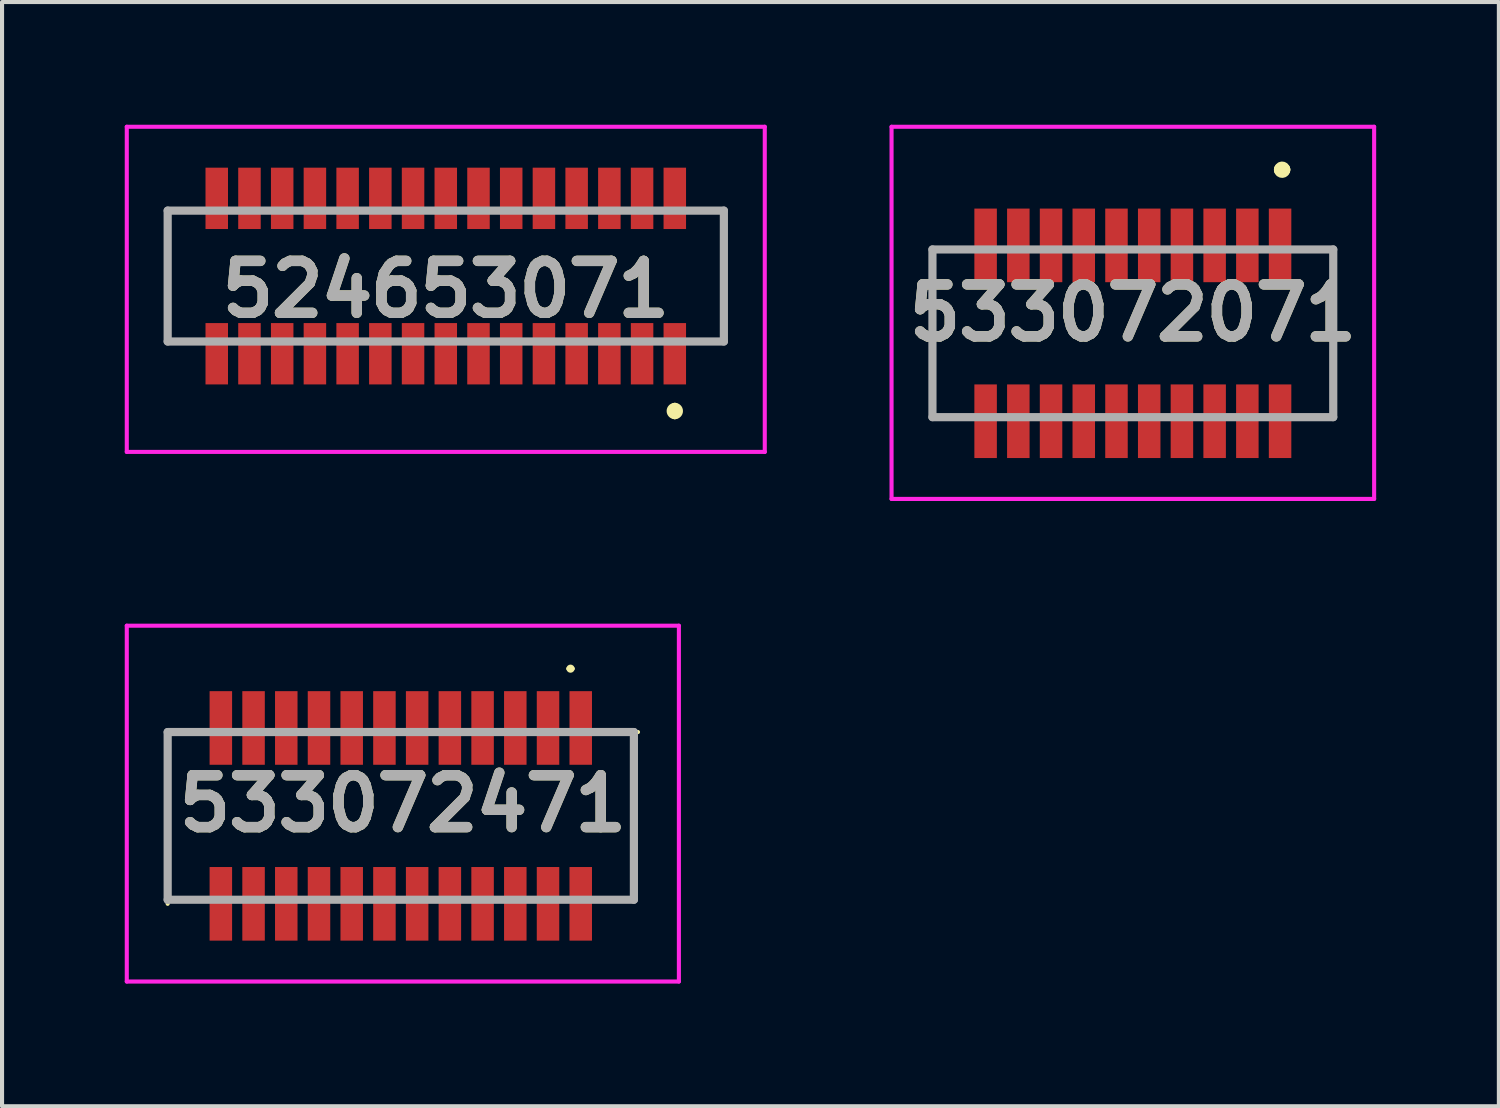
<source format=kicad_pcb>
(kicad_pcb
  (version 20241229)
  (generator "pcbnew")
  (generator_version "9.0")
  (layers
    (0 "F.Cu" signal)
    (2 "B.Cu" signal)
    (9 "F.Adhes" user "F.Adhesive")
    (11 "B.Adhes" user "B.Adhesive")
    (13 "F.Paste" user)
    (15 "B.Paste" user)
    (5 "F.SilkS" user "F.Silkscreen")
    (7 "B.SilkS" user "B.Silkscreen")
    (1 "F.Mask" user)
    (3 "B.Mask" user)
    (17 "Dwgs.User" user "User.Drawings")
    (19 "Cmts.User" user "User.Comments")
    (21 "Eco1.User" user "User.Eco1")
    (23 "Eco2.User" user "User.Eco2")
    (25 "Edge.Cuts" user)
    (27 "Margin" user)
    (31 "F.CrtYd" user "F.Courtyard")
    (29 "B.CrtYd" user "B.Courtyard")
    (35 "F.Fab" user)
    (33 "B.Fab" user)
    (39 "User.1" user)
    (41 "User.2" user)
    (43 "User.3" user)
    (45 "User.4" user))
  (footprint "533072471"
    (layer "F.Cu")
    (at 6.8 16.8)
    (property "Reference" "533072471" (at 0 -0.2 0) (layer "F.SilkS") (effects (font (size 1.27 1.27) (thickness 0.254))))
    (attr smd)
    (fp_line (start -5.75 -1.95) (end -5.75 2.25) (stroke (width 0.1) (type solid)) (layer "F.SilkS"))
    (fp_line (start -4.85 -1.95) (end -5.75 -1.95) (stroke (width 0.1) (type solid)) (layer "F.SilkS"))
    (fp_line (start 4.05 -3.5) (end 4.05 -3.5) (stroke (width 0.1) (type solid)) (layer "F.SilkS"))
    (fp_line (start 4.15 -3.5) (end 4.15 -3.5) (stroke (width 0.1) (type solid)) (layer "F.SilkS"))
    (fp_line (start 4.75 -1.95) (end 5.75 -1.95) (stroke (width 0.1) (type solid)) (layer "F.SilkS"))
    (fp_line (start 5.65 -1.9) (end 5.65 2.15) (stroke (width 0.1) (type solid)) (layer "F.SilkS"))
    (fp_line (start 5.65 2.15) (end 4.75 2.15) (stroke (width 0.1) (type solid)) (layer "F.SilkS"))
    (fp_arc (start 4.05 -3.5) (mid 4.1 -3.55) (end 4.15 -3.5) (stroke (width 0.1) (type solid)) (layer "F.SilkS"))
    (fp_arc (start 4.15 -3.5) (mid 4.1 -3.45) (end 4.05 -3.5) (stroke (width 0.1) (type solid)) (layer "F.SilkS"))
    (fp_line (start -6.75 -4.55) (end 6.75 -4.55) (stroke (width 0.1) (type solid)) (layer "F.CrtYd"))
    (fp_line (start -6.75 4.15) (end -6.75 -4.55) (stroke (width 0.1) (type solid)) (layer "F.CrtYd"))
    (fp_line (start 6.75 -4.55) (end 6.75 4.15) (stroke (width 0.1) (type solid)) (layer "F.CrtYd"))
    (fp_line (start 6.75 4.15) (end -6.75 4.15) (stroke (width 0.1) (type solid)) (layer "F.CrtYd"))
    (fp_line (start -5.75 -1.95) (end 5.65 -1.95) (stroke (width 0.2) (type solid)) (layer "F.Fab"))
    (fp_line (start -5.75 2.15) (end -5.75 -1.95) (stroke (width 0.2) (type solid)) (layer "F.Fab"))
    (fp_line (start 5.65 -1.95) (end 5.65 2.15) (stroke (width 0.2) (type solid)) (layer "F.Fab"))
    (fp_line (start 5.65 2.15) (end -5.75 2.15) (stroke (width 0.2) (type solid)) (layer "F.Fab"))
    (fp_text user "${REFERENCE}" (at 0 -0.2 0) (layer "F.Fab") (effects (font (size 1.27 1.27) (thickness 0.254))))
    (pad "1" smd rect (at 4.35 -2.05) (size 0.55 1.8) (layers "F.Cu" "F.Mask" "F.Paste"))
    (pad "2" smd rect (at 4.35 2.25) (size 0.55 1.8) (layers "F.Cu" "F.Mask" "F.Paste"))
    (pad "3" smd rect (at 3.55 -2.05) (size 0.55 1.8) (layers "F.Cu" "F.Mask" "F.Paste"))
    (pad "4" smd rect (at 3.55 2.25) (size 0.55 1.8) (layers "F.Cu" "F.Mask" "F.Paste"))
    (pad "5" smd rect (at 2.75 -2.05) (size 0.55 1.8) (layers "F.Cu" "F.Mask" "F.Paste"))
    (pad "6" smd rect (at 2.75 2.25) (size 0.55 1.8) (layers "F.Cu" "F.Mask" "F.Paste"))
    (pad "7" smd rect (at 1.95 -2.05) (size 0.55 1.8) (layers "F.Cu" "F.Mask" "F.Paste"))
    (pad "8" smd rect (at 1.95 2.25) (size 0.55 1.8) (layers "F.Cu" "F.Mask" "F.Paste"))
    (pad "9" smd rect (at 1.15 -2.05) (size 0.55 1.8) (layers "F.Cu" "F.Mask" "F.Paste"))
    (pad "10" smd rect (at 1.15 2.25) (size 0.55 1.8) (layers "F.Cu" "F.Mask" "F.Paste"))
    (pad "11" smd rect (at 0.35 -2.05) (size 0.55 1.8) (layers "F.Cu" "F.Mask" "F.Paste"))
    (pad "12" smd rect (at 0.35 2.25) (size 0.55 1.8) (layers "F.Cu" "F.Mask" "F.Paste"))
    (pad "13" smd rect (at -0.45 -2.05) (size 0.55 1.8) (layers "F.Cu" "F.Mask" "F.Paste"))
    (pad "14" smd rect (at -0.45 2.25) (size 0.55 1.8) (layers "F.Cu" "F.Mask" "F.Paste"))
    (pad "15" smd rect (at -1.25 -2.05) (size 0.55 1.8) (layers "F.Cu" "F.Mask" "F.Paste"))
    (pad "16" smd rect (at -1.25 2.25) (size 0.55 1.8) (layers "F.Cu" "F.Mask" "F.Paste"))
    (pad "17" smd rect (at -2.05 -2.05) (size 0.55 1.8) (layers "F.Cu" "F.Mask" "F.Paste"))
    (pad "18" smd rect (at -2.05 2.25) (size 0.55 1.8) (layers "F.Cu" "F.Mask" "F.Paste"))
    (pad "19" smd rect (at -2.85 -2.05) (size 0.55 1.8) (layers "F.Cu" "F.Mask" "F.Paste"))
    (pad "20" smd rect (at -2.85 2.25) (size 0.55 1.8) (layers "F.Cu" "F.Mask" "F.Paste"))
    (pad "21" smd rect (at -3.65 -2.05) (size 0.55 1.8) (layers "F.Cu" "F.Mask" "F.Paste"))
    (pad "22" smd rect (at -3.65 2.25) (size 0.55 1.8) (layers "F.Cu" "F.Mask" "F.Paste"))
    (pad "23" smd rect (at -4.45 -2.05) (size 0.55 1.8) (layers "F.Cu" "F.Mask" "F.Paste"))
    (pad "24" smd rect (at -4.45 2.25) (size 0.55 1.8) (layers "F.Cu" "F.Mask" "F.Paste")))
  (footprint "533072071"
    (layer "F.Cu")
    (at 24.65 5.1)
    (property "Reference" "533072071" (at 0 -0.5 0) (layer "F.SilkS") (effects (font (size 1.27 1.27) (thickness 0.254))))
    (attr smd)
    (fp_line (start -4.9 -2.05) (end -4.9 2.05) (stroke (width 0.1) (type solid)) (layer "F.SilkS"))
    (fp_line (start 3.6 -4) (end 3.6 -4) (stroke (width 0.3) (type solid)) (layer "F.SilkS"))
    (fp_line (start 3.7 -4) (end 3.7 -4) (stroke (width 0.3) (type solid)) (layer "F.SilkS"))
    (fp_line (start 4.9 -2.05) (end 4.9 2.05) (stroke (width 0.1) (type solid)) (layer "F.SilkS"))
    (fp_arc (start 3.6 -4) (mid 3.65 -4.05) (end 3.7 -4) (stroke (width 0.3) (type solid)) (layer "F.SilkS"))
    (fp_arc (start 3.7 -4) (mid 3.65 -3.95) (end 3.6 -4) (stroke (width 0.3) (type solid)) (layer "F.SilkS"))
    (fp_line (start -5.9 -5.05) (end 5.9 -5.05) (stroke (width 0.1) (type solid)) (layer "F.CrtYd"))
    (fp_line (start -5.9 4.05) (end -5.9 -5.05) (stroke (width 0.1) (type solid)) (layer "F.CrtYd"))
    (fp_line (start 5.9 -5.05) (end 5.9 4.05) (stroke (width 0.1) (type solid)) (layer "F.CrtYd"))
    (fp_line (start 5.9 4.05) (end -5.9 4.05) (stroke (width 0.1) (type solid)) (layer "F.CrtYd"))
    (fp_line (start -4.9 -2.05) (end 4.9 -2.05) (stroke (width 0.2) (type solid)) (layer "F.Fab"))
    (fp_line (start -4.9 2.05) (end -4.9 -2.05) (stroke (width 0.2) (type solid)) (layer "F.Fab"))
    (fp_line (start 4.9 -2.05) (end 4.9 2.05) (stroke (width 0.2) (type solid)) (layer "F.Fab"))
    (fp_line (start 4.9 2.05) (end -4.9 2.05) (stroke (width 0.2) (type solid)) (layer "F.Fab"))
    (fp_text user "${REFERENCE}" (at 0 -0.5 0) (layer "F.Fab") (effects (font (size 1.27 1.27) (thickness 0.254))))
    (pad "1" smd rect (at 3.6 -2.15) (size 0.55 1.8) (layers "F.Cu" "F.Mask" "F.Paste"))
    (pad "2" smd rect (at 3.6 2.15) (size 0.55 1.8) (layers "F.Cu" "F.Mask" "F.Paste"))
    (pad "3" smd rect (at 2.8 -2.15) (size 0.55 1.8) (layers "F.Cu" "F.Mask" "F.Paste"))
    (pad "4" smd rect (at 2.8 2.15) (size 0.55 1.8) (layers "F.Cu" "F.Mask" "F.Paste"))
    (pad "5" smd rect (at 2 -2.15) (size 0.55 1.8) (layers "F.Cu" "F.Mask" "F.Paste"))
    (pad "6" smd rect (at 2 2.15) (size 0.55 1.8) (layers "F.Cu" "F.Mask" "F.Paste"))
    (pad "7" smd rect (at 1.2 -2.15) (size 0.55 1.8) (layers "F.Cu" "F.Mask" "F.Paste"))
    (pad "8" smd rect (at 1.2 2.15) (size 0.55 1.8) (layers "F.Cu" "F.Mask" "F.Paste"))
    (pad "9" smd rect (at 0.4 -2.15) (size 0.55 1.8) (layers "F.Cu" "F.Mask" "F.Paste"))
    (pad "10" smd rect (at 0.4 2.15) (size 0.55 1.8) (layers "F.Cu" "F.Mask" "F.Paste"))
    (pad "11" smd rect (at -0.4 -2.15) (size 0.55 1.8) (layers "F.Cu" "F.Mask" "F.Paste"))
    (pad "12" smd rect (at -0.4 2.15) (size 0.55 1.8) (layers "F.Cu" "F.Mask" "F.Paste"))
    (pad "13" smd rect (at -1.2 -2.15) (size 0.55 1.8) (layers "F.Cu" "F.Mask" "F.Paste"))
    (pad "14" smd rect (at -1.2 2.15) (size 0.55 1.8) (layers "F.Cu" "F.Mask" "F.Paste"))
    (pad "15" smd rect (at -2 -2.15) (size 0.55 1.8) (layers "F.Cu" "F.Mask" "F.Paste"))
    (pad "16" smd rect (at -2 2.15) (size 0.55 1.8) (layers "F.Cu" "F.Mask" "F.Paste"))
    (pad "17" smd rect (at -2.8 -2.15) (size 0.55 1.8) (layers "F.Cu" "F.Mask" "F.Paste"))
    (pad "18" smd rect (at -2.8 2.15) (size 0.55 1.8) (layers "F.Cu" "F.Mask" "F.Paste"))
    (pad "19" smd rect (at -3.6 -2.15) (size 0.55 1.8) (layers "F.Cu" "F.Mask" "F.Paste"))
    (pad "20" smd rect (at -3.6 2.15) (size 0.55 1.8) (layers "F.Cu" "F.Mask" "F.Paste")))
  (footprint "524653071"
    (layer "F.Cu")
    (at 7.85 3.7)
    (property "Reference" "524653071" (at 0 0.325 0) (layer "F.SilkS") (effects (font (size 1.27 1.27) (thickness 0.254))))
    (attr smd)
    (fp_line (start -6.8 -1.6) (end -6.8 1.6) (stroke (width 0.1) (type solid)) (layer "F.SilkS"))
    (fp_line (start 5.6 3.2) (end 5.6 3.2) (stroke (width 0.2) (type solid)) (layer "F.SilkS"))
    (fp_line (start 5.6 3.4) (end 5.6 3.4) (stroke (width 0.2) (type solid)) (layer "F.SilkS"))
    (fp_line (start 6.8 -1.6) (end 6.8 1.6) (stroke (width 0.1) (type solid)) (layer "F.SilkS"))
    (fp_arc (start 5.6 3.2) (mid 5.7 3.3) (end 5.6 3.4) (stroke (width 0.2) (type solid)) (layer "F.SilkS"))
    (fp_arc (start 5.6 3.4) (mid 5.5 3.3) (end 5.6 3.2) (stroke (width 0.2) (type solid)) (layer "F.SilkS"))
    (fp_line (start -7.8 -3.65) (end 7.8 -3.65) (stroke (width 0.1) (type solid)) (layer "F.CrtYd"))
    (fp_line (start -7.8 4.3) (end -7.8 -3.65) (stroke (width 0.1) (type solid)) (layer "F.CrtYd"))
    (fp_line (start 7.8 -3.65) (end 7.8 4.3) (stroke (width 0.1) (type solid)) (layer "F.CrtYd"))
    (fp_line (start 7.8 4.3) (end -7.8 4.3) (stroke (width 0.1) (type solid)) (layer "F.CrtYd"))
    (fp_line (start -6.8 -1.6) (end 6.8 -1.6) (stroke (width 0.2) (type solid)) (layer "F.Fab"))
    (fp_line (start -6.8 1.6) (end -6.8 -1.6) (stroke (width 0.2) (type solid)) (layer "F.Fab"))
    (fp_line (start 6.8 -1.6) (end 6.8 1.6) (stroke (width 0.2) (type solid)) (layer "F.Fab"))
    (fp_line (start 6.8 1.6) (end -6.8 1.6) (stroke (width 0.2) (type solid)) (layer "F.Fab"))
    (fp_text user "${REFERENCE}" (at 0 0.325 0) (layer "F.Fab") (effects (font (size 1.27 1.27) (thickness 0.254))))
    (pad "1" smd rect (at 5.6 1.9) (size 0.55 1.5) (layers "F.Cu" "F.Mask" "F.Paste"))
    (pad "2" smd rect (at 5.6 -1.9) (size 0.55 1.5) (layers "F.Cu" "F.Mask" "F.Paste"))
    (pad "3" smd rect (at 4.8 1.9) (size 0.55 1.5) (layers "F.Cu" "F.Mask" "F.Paste"))
    (pad "4" smd rect (at 4.8 -1.9) (size 0.55 1.5) (layers "F.Cu" "F.Mask" "F.Paste"))
    (pad "5" smd rect (at 4 1.9) (size 0.55 1.5) (layers "F.Cu" "F.Mask" "F.Paste"))
    (pad "6" smd rect (at 4 -1.9) (size 0.55 1.5) (layers "F.Cu" "F.Mask" "F.Paste"))
    (pad "7" smd rect (at 3.2 1.9) (size 0.55 1.5) (layers "F.Cu" "F.Mask" "F.Paste"))
    (pad "8" smd rect (at 3.2 -1.9) (size 0.55 1.5) (layers "F.Cu" "F.Mask" "F.Paste"))
    (pad "9" smd rect (at 2.4 1.9) (size 0.55 1.5) (layers "F.Cu" "F.Mask" "F.Paste"))
    (pad "10" smd rect (at 2.4 -1.9) (size 0.55 1.5) (layers "F.Cu" "F.Mask" "F.Paste"))
    (pad "11" smd rect (at 1.6 1.9) (size 0.55 1.5) (layers "F.Cu" "F.Mask" "F.Paste"))
    (pad "12" smd rect (at 1.6 -1.9) (size 0.55 1.5) (layers "F.Cu" "F.Mask" "F.Paste"))
    (pad "13" smd rect (at 0.8 1.9) (size 0.55 1.5) (layers "F.Cu" "F.Mask" "F.Paste"))
    (pad "14" smd rect (at 0.8 -1.9) (size 0.55 1.5) (layers "F.Cu" "F.Mask" "F.Paste"))
    (pad "15" smd rect (at 0 1.9) (size 0.55 1.5) (layers "F.Cu" "F.Mask" "F.Paste"))
    (pad "16" smd rect (at 0 -1.9) (size 0.55 1.5) (layers "F.Cu" "F.Mask" "F.Paste"))
    (pad "17" smd rect (at -0.8 1.9) (size 0.55 1.5) (layers "F.Cu" "F.Mask" "F.Paste"))
    (pad "18" smd rect (at -0.8 -1.9) (size 0.55 1.5) (layers "F.Cu" "F.Mask" "F.Paste"))
    (pad "19" smd rect (at -1.6 1.9) (size 0.55 1.5) (layers "F.Cu" "F.Mask" "F.Paste"))
    (pad "20" smd rect (at -1.6 -1.9) (size 0.55 1.5) (layers "F.Cu" "F.Mask" "F.Paste"))
    (pad "21" smd rect (at -2.4 1.9) (size 0.55 1.5) (layers "F.Cu" "F.Mask" "F.Paste"))
    (pad "22" smd rect (at -2.4 -1.9) (size 0.55 1.5) (layers "F.Cu" "F.Mask" "F.Paste"))
    (pad "23" smd rect (at -3.2 1.9) (size 0.55 1.5) (layers "F.Cu" "F.Mask" "F.Paste"))
    (pad "24" smd rect (at -3.2 -1.9) (size 0.55 1.5) (layers "F.Cu" "F.Mask" "F.Paste"))
    (pad "25" smd rect (at -4 1.9) (size 0.55 1.5) (layers "F.Cu" "F.Mask" "F.Paste"))
    (pad "26" smd rect (at -4 -1.9) (size 0.55 1.5) (layers "F.Cu" "F.Mask" "F.Paste"))
    (pad "27" smd rect (at -4.8 1.9) (size 0.55 1.5) (layers "F.Cu" "F.Mask" "F.Paste"))
    (pad "28" smd rect (at -4.8 -1.9) (size 0.55 1.5) (layers "F.Cu" "F.Mask" "F.Paste"))
    (pad "29" smd rect (at -5.6 1.9) (size 0.55 1.5) (layers "F.Cu" "F.Mask" "F.Paste"))
    (pad "30" smd rect (at -5.6 -1.9) (size 0.55 1.5) (layers "F.Cu" "F.Mask" "F.Paste")))
  (gr_rect
    (start -3 -3)
    (end 33.6 24)
    (stroke (width 0.1) (type default))
    (fill no)
    (layer "Edge.Cuts")))
</source>
